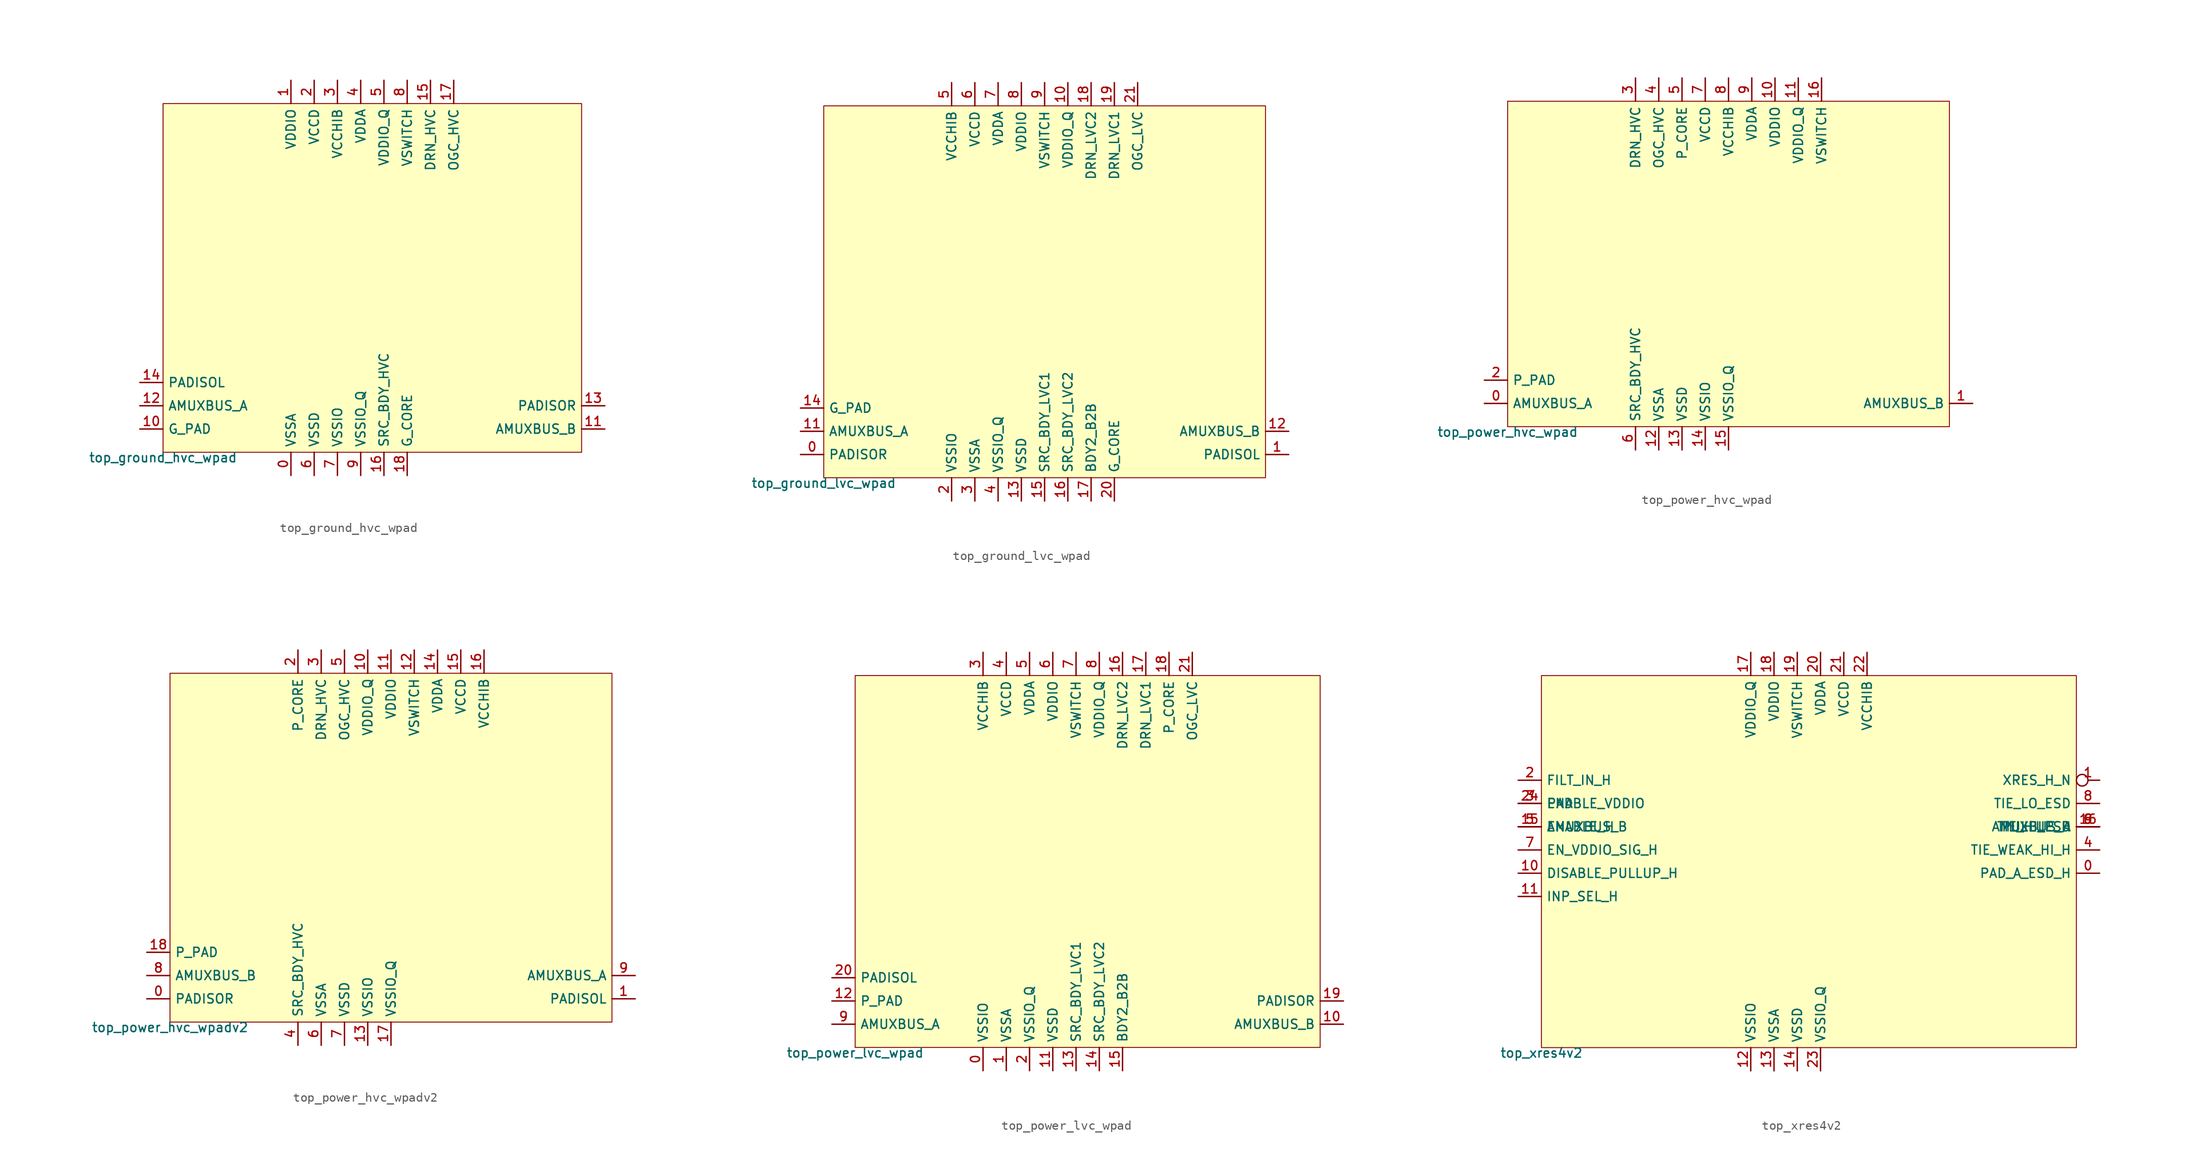
<source format=kicad_sym>
(kicad_symbol_lib
  (version 20211014)
  (generator pdk2kicad)
  (symbol "top_ground_hvc_wpad"
    (property "Reference" "X"
      (at 0 0 0)
      (effects (font (size 1 1)) hide))
    (property "Value" "top_ground_hvc_wpad"
      (at -22.86 -19.05 0)
      (effects (font (size 1 1)) (justify top)))
    (rectangle
      (start -22.86 -19.05)
      (end 22.86 19.05)
      (stroke (width 0.1) (type solid) (color 0 0 0 0))
      (fill (type background)))
    (pin power_in line
      (at -8.89 -21.59 90)
      (length 2.54)
      (name "VSSA" (effects (font (size 1 1)) hide))
      (number "0" (effects (font (size 1 1)) hide)))
    (pin power_in line
      (at -8.89 21.59 270)
      (length 2.54)
      (name "VDDIO" (effects (font (size 1 1)) hide))
      (number "1" (effects (font (size 1 1)) hide)))
    (pin power_in line
      (at -6.35 21.59 270)
      (length 2.54)
      (name "VCCD" (effects (font (size 1 1)) hide))
      (number "2" (effects (font (size 1 1)) hide)))
    (pin power_in line
      (at -3.81 21.59 270)
      (length 2.54)
      (name "VCCHIB" (effects (font (size 1 1)) hide))
      (number "3" (effects (font (size 1 1)) hide)))
    (pin power_in line
      (at -1.27 21.59 270)
      (length 2.54)
      (name "VDDA" (effects (font (size 1 1)) hide))
      (number "4" (effects (font (size 1 1)) hide)))
    (pin power_in line
      (at 1.27 21.59 270)
      (length 2.54)
      (name "VDDIO_Q" (effects (font (size 1 1)) hide))
      (number "5" (effects (font (size 1 1)) hide)))
    (pin power_in line
      (at -6.35 -21.59 90)
      (length 2.54)
      (name "VSSD" (effects (font (size 1 1)) hide))
      (number "6" (effects (font (size 1 1)) hide)))
    (pin power_in line
      (at -3.81 -21.59 90)
      (length 2.54)
      (name "VSSIO" (effects (font (size 1 1)) hide))
      (number "7" (effects (font (size 1 1)) hide)))
    (pin power_in line
      (at 3.81 21.59 270)
      (length 2.54)
      (name "VSWITCH" (effects (font (size 1 1)) hide))
      (number "8" (effects (font (size 1 1)) hide)))
    (pin power_in line
      (at -1.27 -21.59 90)
      (length 2.54)
      (name "VSSIO_Q" (effects (font (size 1 1)) hide))
      (number "9" (effects (font (size 1 1)) hide)))
    (pin bidirectional line
      (at -25.4 -16.51 0)
      (length 2.54)
      (name "G_PAD" (effects (font (size 1 1)) hide))
      (number "10" (effects (font (size 1 1)) hide)))
    (pin bidirectional line
      (at 25.4 -16.51 180)
      (length 2.54)
      (name "AMUXBUS_B" (effects (font (size 1 1)) hide))
      (number "11" (effects (font (size 1 1)) hide)))
    (pin bidirectional line
      (at -25.4 -13.97 0)
      (length 2.54)
      (name "AMUXBUS_A" (effects (font (size 1 1)) hide))
      (number "12" (effects (font (size 1 1)) hide)))
    (pin bidirectional line
      (at 25.4 -13.97 180)
      (length 2.54)
      (name "PADISOR" (effects (font (size 1 1)) hide))
      (number "13" (effects (font (size 1 1)) hide)))
    (pin bidirectional line
      (at -25.4 -11.43 0)
      (length 2.54)
      (name "PADISOL" (effects (font (size 1 1)) hide))
      (number "14" (effects (font (size 1 1)) hide)))
    (pin power_in line
      (at 6.35 21.59 270)
      (length 2.54)
      (name "DRN_HVC" (effects (font (size 1 1)) hide))
      (number "15" (effects (font (size 1 1)) hide)))
    (pin power_in line
      (at 1.27 -21.59 90)
      (length 2.54)
      (name "SRC_BDY_HVC" (effects (font (size 1 1)) hide))
      (number "16" (effects (font (size 1 1)) hide)))
    (pin power_in line
      (at 8.89 21.59 270)
      (length 2.54)
      (name "OGC_HVC" (effects (font (size 1 1)) hide))
      (number "17" (effects (font (size 1 1)) hide)))
    (pin power_in line
      (at 3.81 -21.59 90)
      (length 2.54)
      (name "G_CORE" (effects (font (size 1 1)) hide))
      (number "18" (effects (font (size 1 1)) hide))))
  (symbol "top_ground_lvc_wpad"
    (property "Reference" "X"
      (at 0 0 0)
      (effects (font (size 1 1)) hide))
    (property "Value" "top_ground_lvc_wpad"
      (at -24.13 -20.32 0)
      (effects (font (size 1 1)) (justify top)))
    (rectangle
      (start -24.13 -20.32)
      (end 24.13 20.32)
      (stroke (width 0.1) (type solid) (color 0 0 0 0))
      (fill (type background)))
    (pin bidirectional line
      (at -26.67 -17.78 0)
      (length 2.54)
      (name "PADISOR" (effects (font (size 1 1)) hide))
      (number "0" (effects (font (size 1 1)) hide)))
    (pin bidirectional line
      (at 26.67 -17.78 180)
      (length 2.54)
      (name "PADISOL" (effects (font (size 1 1)) hide))
      (number "1" (effects (font (size 1 1)) hide)))
    (pin power_in line
      (at -10.16 -22.86 90)
      (length 2.54)
      (name "VSSIO" (effects (font (size 1 1)) hide))
      (number "2" (effects (font (size 1 1)) hide)))
    (pin power_in line
      (at -7.62 -22.86 90)
      (length 2.54)
      (name "VSSA" (effects (font (size 1 1)) hide))
      (number "3" (effects (font (size 1 1)) hide)))
    (pin power_in line
      (at -5.08 -22.86 90)
      (length 2.54)
      (name "VSSIO_Q" (effects (font (size 1 1)) hide))
      (number "4" (effects (font (size 1 1)) hide)))
    (pin power_in line
      (at -10.16 22.86 270)
      (length 2.54)
      (name "VCCHIB" (effects (font (size 1 1)) hide))
      (number "5" (effects (font (size 1 1)) hide)))
    (pin power_in line
      (at -7.62 22.86 270)
      (length 2.54)
      (name "VCCD" (effects (font (size 1 1)) hide))
      (number "6" (effects (font (size 1 1)) hide)))
    (pin power_in line
      (at -5.08 22.86 270)
      (length 2.54)
      (name "VDDA" (effects (font (size 1 1)) hide))
      (number "7" (effects (font (size 1 1)) hide)))
    (pin power_in line
      (at -2.54 22.86 270)
      (length 2.54)
      (name "VDDIO" (effects (font (size 1 1)) hide))
      (number "8" (effects (font (size 1 1)) hide)))
    (pin power_in line
      (at 0.0 22.86 270)
      (length 2.54)
      (name "VSWITCH" (effects (font (size 1 1)) hide))
      (number "9" (effects (font (size 1 1)) hide)))
    (pin power_in line
      (at 2.54 22.86 270)
      (length 2.54)
      (name "VDDIO_Q" (effects (font (size 1 1)) hide))
      (number "10" (effects (font (size 1 1)) hide)))
    (pin bidirectional line
      (at -26.67 -15.24 0)
      (length 2.54)
      (name "AMUXBUS_A" (effects (font (size 1 1)) hide))
      (number "11" (effects (font (size 1 1)) hide)))
    (pin bidirectional line
      (at 26.67 -15.24 180)
      (length 2.54)
      (name "AMUXBUS_B" (effects (font (size 1 1)) hide))
      (number "12" (effects (font (size 1 1)) hide)))
    (pin power_in line
      (at -2.54 -22.86 90)
      (length 2.54)
      (name "VSSD" (effects (font (size 1 1)) hide))
      (number "13" (effects (font (size 1 1)) hide)))
    (pin bidirectional line
      (at -26.67 -12.7 0)
      (length 2.54)
      (name "G_PAD" (effects (font (size 1 1)) hide))
      (number "14" (effects (font (size 1 1)) hide)))
    (pin power_in line
      (at 0.0 -22.86 90)
      (length 2.54)
      (name "SRC_BDY_LVC1" (effects (font (size 1 1)) hide))
      (number "15" (effects (font (size 1 1)) hide)))
    (pin power_in line
      (at 2.54 -22.86 90)
      (length 2.54)
      (name "SRC_BDY_LVC2" (effects (font (size 1 1)) hide))
      (number "16" (effects (font (size 1 1)) hide)))
    (pin power_in line
      (at 5.08 -22.86 90)
      (length 2.54)
      (name "BDY2_B2B" (effects (font (size 1 1)) hide))
      (number "17" (effects (font (size 1 1)) hide)))
    (pin power_in line
      (at 5.08 22.86 270)
      (length 2.54)
      (name "DRN_LVC2" (effects (font (size 1 1)) hide))
      (number "18" (effects (font (size 1 1)) hide)))
    (pin power_in line
      (at 7.62 22.86 270)
      (length 2.54)
      (name "DRN_LVC1" (effects (font (size 1 1)) hide))
      (number "19" (effects (font (size 1 1)) hide)))
    (pin power_in line
      (at 7.62 -22.86 90)
      (length 2.54)
      (name "G_CORE" (effects (font (size 1 1)) hide))
      (number "20" (effects (font (size 1 1)) hide)))
    (pin power_in line
      (at 10.16 22.86 270)
      (length 2.54)
      (name "OGC_LVC" (effects (font (size 1 1)) hide))
      (number "21" (effects (font (size 1 1)) hide))))
  (symbol "top_power_hvc_wpad"
    (property "Reference" "X"
      (at 0 0 0)
      (effects (font (size 1 1)) hide))
    (property "Value" "top_power_hvc_wpad"
      (at -24.13 -17.78 0)
      (effects (font (size 1 1)) (justify top)))
    (rectangle
      (start -24.13 -17.78)
      (end 24.13 17.78)
      (stroke (width 0.1) (type solid) (color 0 0 0 0))
      (fill (type background)))
    (pin bidirectional line
      (at -26.67 -15.24 0)
      (length 2.54)
      (name "AMUXBUS_A" (effects (font (size 1 1)) hide))
      (number "0" (effects (font (size 1 1)) hide)))
    (pin bidirectional line
      (at 26.67 -15.24 180)
      (length 2.54)
      (name "AMUXBUS_B" (effects (font (size 1 1)) hide))
      (number "1" (effects (font (size 1 1)) hide)))
    (pin bidirectional line
      (at -26.67 -12.7 0)
      (length 2.54)
      (name "P_PAD" (effects (font (size 1 1)) hide))
      (number "2" (effects (font (size 1 1)) hide)))
    (pin power_in line
      (at -10.16 20.32 270)
      (length 2.54)
      (name "DRN_HVC" (effects (font (size 1 1)) hide))
      (number "3" (effects (font (size 1 1)) hide)))
    (pin power_in line
      (at -7.62 20.32 270)
      (length 2.54)
      (name "OGC_HVC" (effects (font (size 1 1)) hide))
      (number "4" (effects (font (size 1 1)) hide)))
    (pin power_in line
      (at -5.08 20.32 270)
      (length 2.54)
      (name "P_CORE" (effects (font (size 1 1)) hide))
      (number "5" (effects (font (size 1 1)) hide)))
    (pin power_in line
      (at -10.16 -20.32 90)
      (length 2.54)
      (name "SRC_BDY_HVC" (effects (font (size 1 1)) hide))
      (number "6" (effects (font (size 1 1)) hide)))
    (pin power_in line
      (at -2.54 20.32 270)
      (length 2.54)
      (name "VCCD" (effects (font (size 1 1)) hide))
      (number "7" (effects (font (size 1 1)) hide)))
    (pin power_in line
      (at 0.0 20.32 270)
      (length 2.54)
      (name "VCCHIB" (effects (font (size 1 1)) hide))
      (number "8" (effects (font (size 1 1)) hide)))
    (pin power_in line
      (at 2.54 20.32 270)
      (length 2.54)
      (name "VDDA" (effects (font (size 1 1)) hide))
      (number "9" (effects (font (size 1 1)) hide)))
    (pin power_in line
      (at 5.08 20.32 270)
      (length 2.54)
      (name "VDDIO" (effects (font (size 1 1)) hide))
      (number "10" (effects (font (size 1 1)) hide)))
    (pin power_in line
      (at 7.62 20.32 270)
      (length 2.54)
      (name "VDDIO_Q" (effects (font (size 1 1)) hide))
      (number "11" (effects (font (size 1 1)) hide)))
    (pin power_in line
      (at -7.62 -20.32 90)
      (length 2.54)
      (name "VSSA" (effects (font (size 1 1)) hide))
      (number "12" (effects (font (size 1 1)) hide)))
    (pin power_in line
      (at -5.08 -20.32 90)
      (length 2.54)
      (name "VSSD" (effects (font (size 1 1)) hide))
      (number "13" (effects (font (size 1 1)) hide)))
    (pin power_in line
      (at -2.54 -20.32 90)
      (length 2.54)
      (name "VSSIO" (effects (font (size 1 1)) hide))
      (number "14" (effects (font (size 1 1)) hide)))
    (pin power_in line
      (at 0.0 -20.32 90)
      (length 2.54)
      (name "VSSIO_Q" (effects (font (size 1 1)) hide))
      (number "15" (effects (font (size 1 1)) hide)))
    (pin power_in line
      (at 10.16 20.32 270)
      (length 2.54)
      (name "VSWITCH" (effects (font (size 1 1)) hide))
      (number "16" (effects (font (size 1 1)) hide))))
  (symbol "top_power_hvc_wpadv2"
    (property "Reference" "X"
      (at 0 0 0)
      (effects (font (size 1 1)) hide))
    (property "Value" "top_power_hvc_wpadv2"
      (at -24.13 -19.05 0)
      (effects (font (size 1 1)) (justify top)))
    (rectangle
      (start -24.13 -19.05)
      (end 24.13 19.05)
      (stroke (width 0.1) (type solid) (color 0 0 0 0))
      (fill (type background)))
    (pin bidirectional line
      (at -26.67 -16.51 0)
      (length 2.54)
      (name "PADISOR" (effects (font (size 1 1)) hide))
      (number "0" (effects (font (size 1 1)) hide)))
    (pin bidirectional line
      (at 26.67 -16.51 180)
      (length 2.54)
      (name "PADISOL" (effects (font (size 1 1)) hide))
      (number "1" (effects (font (size 1 1)) hide)))
    (pin power_in line
      (at -10.16 21.59 270)
      (length 2.54)
      (name "P_CORE" (effects (font (size 1 1)) hide))
      (number "2" (effects (font (size 1 1)) hide)))
    (pin power_in line
      (at -7.62 21.59 270)
      (length 2.54)
      (name "DRN_HVC" (effects (font (size 1 1)) hide))
      (number "3" (effects (font (size 1 1)) hide)))
    (pin power_in line
      (at -10.16 -21.59 90)
      (length 2.54)
      (name "SRC_BDY_HVC" (effects (font (size 1 1)) hide))
      (number "4" (effects (font (size 1 1)) hide)))
    (pin power_in line
      (at -5.08 21.59 270)
      (length 2.54)
      (name "OGC_HVC" (effects (font (size 1 1)) hide))
      (number "5" (effects (font (size 1 1)) hide)))
    (pin power_in line
      (at -7.62 -21.59 90)
      (length 2.54)
      (name "VSSA" (effects (font (size 1 1)) hide))
      (number "6" (effects (font (size 1 1)) hide)))
    (pin power_in line
      (at -5.08 -21.59 90)
      (length 2.54)
      (name "VSSD" (effects (font (size 1 1)) hide))
      (number "7" (effects (font (size 1 1)) hide)))
    (pin bidirectional line
      (at -26.67 -13.97 0)
      (length 2.54)
      (name "AMUXBUS_B" (effects (font (size 1 1)) hide))
      (number "8" (effects (font (size 1 1)) hide)))
    (pin bidirectional line
      (at 26.67 -13.97 180)
      (length 2.54)
      (name "AMUXBUS_A" (effects (font (size 1 1)) hide))
      (number "9" (effects (font (size 1 1)) hide)))
    (pin power_in line
      (at -2.54 21.59 270)
      (length 2.54)
      (name "VDDIO_Q" (effects (font (size 1 1)) hide))
      (number "10" (effects (font (size 1 1)) hide)))
    (pin power_in line
      (at 0.0 21.59 270)
      (length 2.54)
      (name "VDDIO" (effects (font (size 1 1)) hide))
      (number "11" (effects (font (size 1 1)) hide)))
    (pin power_in line
      (at 2.54 21.59 270)
      (length 2.54)
      (name "VSWITCH" (effects (font (size 1 1)) hide))
      (number "12" (effects (font (size 1 1)) hide)))
    (pin power_in line
      (at -2.54 -21.59 90)
      (length 2.54)
      (name "VSSIO" (effects (font (size 1 1)) hide))
      (number "13" (effects (font (size 1 1)) hide)))
    (pin power_in line
      (at 5.08 21.59 270)
      (length 2.54)
      (name "VDDA" (effects (font (size 1 1)) hide))
      (number "14" (effects (font (size 1 1)) hide)))
    (pin power_in line
      (at 7.62 21.59 270)
      (length 2.54)
      (name "VCCD" (effects (font (size 1 1)) hide))
      (number "15" (effects (font (size 1 1)) hide)))
    (pin power_in line
      (at 10.16 21.59 270)
      (length 2.54)
      (name "VCCHIB" (effects (font (size 1 1)) hide))
      (number "16" (effects (font (size 1 1)) hide)))
    (pin power_in line
      (at 0.0 -21.59 90)
      (length 2.54)
      (name "VSSIO_Q" (effects (font (size 1 1)) hide))
      (number "17" (effects (font (size 1 1)) hide)))
    (pin bidirectional line
      (at -26.67 -11.43 0)
      (length 2.54)
      (name "P_PAD" (effects (font (size 1 1)) hide))
      (number "18" (effects (font (size 1 1)) hide))))
  (symbol "top_power_lvc_wpad"
    (property "Reference" "X"
      (at 0 0 0)
      (effects (font (size 1 1)) hide))
    (property "Value" "top_power_lvc_wpad"
      (at -25.4 -20.32 0)
      (effects (font (size 1 1)) (justify top)))
    (rectangle
      (start -25.4 -20.32)
      (end 25.4 20.32)
      (stroke (width 0.1) (type solid) (color 0 0 0 0))
      (fill (type background)))
    (pin power_in line
      (at -11.43 -22.86 90)
      (length 2.54)
      (name "VSSIO" (effects (font (size 1 1)) hide))
      (number "0" (effects (font (size 1 1)) hide)))
    (pin power_in line
      (at -8.89 -22.86 90)
      (length 2.54)
      (name "VSSA" (effects (font (size 1 1)) hide))
      (number "1" (effects (font (size 1 1)) hide)))
    (pin power_in line
      (at -6.35 -22.86 90)
      (length 2.54)
      (name "VSSIO_Q" (effects (font (size 1 1)) hide))
      (number "2" (effects (font (size 1 1)) hide)))
    (pin power_in line
      (at -11.43 22.86 270)
      (length 2.54)
      (name "VCCHIB" (effects (font (size 1 1)) hide))
      (number "3" (effects (font (size 1 1)) hide)))
    (pin power_in line
      (at -8.89 22.86 270)
      (length 2.54)
      (name "VCCD" (effects (font (size 1 1)) hide))
      (number "4" (effects (font (size 1 1)) hide)))
    (pin power_in line
      (at -6.35 22.86 270)
      (length 2.54)
      (name "VDDA" (effects (font (size 1 1)) hide))
      (number "5" (effects (font (size 1 1)) hide)))
    (pin power_in line
      (at -3.81 22.86 270)
      (length 2.54)
      (name "VDDIO" (effects (font (size 1 1)) hide))
      (number "6" (effects (font (size 1 1)) hide)))
    (pin power_in line
      (at -1.27 22.86 270)
      (length 2.54)
      (name "VSWITCH" (effects (font (size 1 1)) hide))
      (number "7" (effects (font (size 1 1)) hide)))
    (pin power_in line
      (at 1.27 22.86 270)
      (length 2.54)
      (name "VDDIO_Q" (effects (font (size 1 1)) hide))
      (number "8" (effects (font (size 1 1)) hide)))
    (pin bidirectional line
      (at -27.94 -17.78 0)
      (length 2.54)
      (name "AMUXBUS_A" (effects (font (size 1 1)) hide))
      (number "9" (effects (font (size 1 1)) hide)))
    (pin bidirectional line
      (at 27.94 -17.78 180)
      (length 2.54)
      (name "AMUXBUS_B" (effects (font (size 1 1)) hide))
      (number "10" (effects (font (size 1 1)) hide)))
    (pin power_in line
      (at -3.81 -22.86 90)
      (length 2.54)
      (name "VSSD" (effects (font (size 1 1)) hide))
      (number "11" (effects (font (size 1 1)) hide)))
    (pin bidirectional line
      (at -27.94 -15.24 0)
      (length 2.54)
      (name "P_PAD" (effects (font (size 1 1)) hide))
      (number "12" (effects (font (size 1 1)) hide)))
    (pin power_in line
      (at -1.27 -22.86 90)
      (length 2.54)
      (name "SRC_BDY_LVC1" (effects (font (size 1 1)) hide))
      (number "13" (effects (font (size 1 1)) hide)))
    (pin power_in line
      (at 1.27 -22.86 90)
      (length 2.54)
      (name "SRC_BDY_LVC2" (effects (font (size 1 1)) hide))
      (number "14" (effects (font (size 1 1)) hide)))
    (pin power_in line
      (at 3.81 -22.86 90)
      (length 2.54)
      (name "BDY2_B2B" (effects (font (size 1 1)) hide))
      (number "15" (effects (font (size 1 1)) hide)))
    (pin power_in line
      (at 3.81 22.86 270)
      (length 2.54)
      (name "DRN_LVC2" (effects (font (size 1 1)) hide))
      (number "16" (effects (font (size 1 1)) hide)))
    (pin power_in line
      (at 6.35 22.86 270)
      (length 2.54)
      (name "DRN_LVC1" (effects (font (size 1 1)) hide))
      (number "17" (effects (font (size 1 1)) hide)))
    (pin power_in line
      (at 8.89 22.86 270)
      (length 2.54)
      (name "P_CORE" (effects (font (size 1 1)) hide))
      (number "18" (effects (font (size 1 1)) hide)))
    (pin bidirectional line
      (at 27.94 -15.24 180)
      (length 2.54)
      (name "PADISOR" (effects (font (size 1 1)) hide))
      (number "19" (effects (font (size 1 1)) hide)))
    (pin bidirectional line
      (at -27.94 -12.7 0)
      (length 2.54)
      (name "PADISOL" (effects (font (size 1 1)) hide))
      (number "20" (effects (font (size 1 1)) hide)))
    (pin power_in line
      (at 11.43 22.86 270)
      (length 2.54)
      (name "OGC_LVC" (effects (font (size 1 1)) hide))
      (number "21" (effects (font (size 1 1)) hide))))
  (symbol "top_xres4v2"
    (property "Reference" "X"
      (at 0 0 0)
      (effects (font (size 1 1)) hide))
    (property "Value" "top_xres4v2"
      (at -29.21 -20.32 0)
      (effects (font (size 1 1)) (justify top)))
    (rectangle
      (start -29.21 -20.32)
      (end 29.21 20.32)
      (stroke (width 0.1) (type solid) (color 0 0 0 0))
      (fill (type background)))
    (pin bidirectional line
      (at 31.75 -1.27 180)
      (length 2.54)
      (name "PAD_A_ESD_H" (effects (font (size 1 1)) hide))
      (number "0" (effects (font (size 1 1)) hide)))
    (pin output inverted
      (at 31.75 8.89 180)
      (length 2.54)
      (name "XRES_H_N" (effects (font (size 1 1)) hide))
      (number "1" (effects (font (size 1 1)) hide)))
    (pin input line
      (at -31.75 8.89 0)
      (length 2.54)
      (name "FILT_IN_H" (effects (font (size 1 1)) hide))
      (number "2" (effects (font (size 1 1)) hide)))
    (pin input line
      (at -31.75 6.35 0)
      (length 2.54)
      (name "ENABLE_VDDIO" (effects (font (size 1 1)) hide))
      (number "3" (effects (font (size 1 1)) hide)))
    (pin bidirectional line
      (at 31.75 1.27 180)
      (length 2.54)
      (name "TIE_WEAK_HI_H" (effects (font (size 1 1)) hide))
      (number "4" (effects (font (size 1 1)) hide)))
    (pin input line
      (at -31.75 3.81 0)
      (length 2.54)
      (name "ENABLE_H" (effects (font (size 1 1)) hide))
      (number "5" (effects (font (size 1 1)) hide)))
    (pin bidirectional line
      (at 31.75 3.81 180)
      (length 2.54)
      (name "PULLUP_H" (effects (font (size 1 1)) hide))
      (number "6" (effects (font (size 1 1)) hide)))
    (pin input line
      (at -31.75 1.27 0)
      (length 2.54)
      (name "EN_VDDIO_SIG_H" (effects (font (size 1 1)) hide))
      (number "7" (effects (font (size 1 1)) hide)))
    (pin output line
      (at 31.75 6.35 180)
      (length 2.54)
      (name "TIE_LO_ESD" (effects (font (size 1 1)) hide))
      (number "8" (effects (font (size 1 1)) hide)))
    (pin output line
      (at 31.75 3.81 180)
      (length 2.54)
      (name "TIE_HI_ESD" (effects (font (size 1 1)) hide))
      (number "9" (effects (font (size 1 1)) hide)))
    (pin input line
      (at -31.75 -1.27 0)
      (length 2.54)
      (name "DISABLE_PULLUP_H" (effects (font (size 1 1)) hide))
      (number "10" (effects (font (size 1 1)) hide)))
    (pin input line
      (at -31.75 -3.81 0)
      (length 2.54)
      (name "INP_SEL_H" (effects (font (size 1 1)) hide))
      (number "11" (effects (font (size 1 1)) hide)))
    (pin power_in line
      (at -6.35 -22.86 90)
      (length 2.54)
      (name "VSSIO" (effects (font (size 1 1)) hide))
      (number "12" (effects (font (size 1 1)) hide)))
    (pin power_in line
      (at -3.81 -22.86 90)
      (length 2.54)
      (name "VSSA" (effects (font (size 1 1)) hide))
      (number "13" (effects (font (size 1 1)) hide)))
    (pin power_in line
      (at -1.27 -22.86 90)
      (length 2.54)
      (name "VSSD" (effects (font (size 1 1)) hide))
      (number "14" (effects (font (size 1 1)) hide)))
    (pin bidirectional line
      (at -31.75 3.81 0)
      (length 2.54)
      (name "AMUXBUS_B" (effects (font (size 1 1)) hide))
      (number "15" (effects (font (size 1 1)) hide)))
    (pin bidirectional line
      (at 31.75 3.81 180)
      (length 2.54)
      (name "AMUXBUS_A" (effects (font (size 1 1)) hide))
      (number "16" (effects (font (size 1 1)) hide)))
    (pin power_in line
      (at -6.35 22.86 270)
      (length 2.54)
      (name "VDDIO_Q" (effects (font (size 1 1)) hide))
      (number "17" (effects (font (size 1 1)) hide)))
    (pin power_in line
      (at -3.81 22.86 270)
      (length 2.54)
      (name "VDDIO" (effects (font (size 1 1)) hide))
      (number "18" (effects (font (size 1 1)) hide)))
    (pin power_in line
      (at -1.27 22.86 270)
      (length 2.54)
      (name "VSWITCH" (effects (font (size 1 1)) hide))
      (number "19" (effects (font (size 1 1)) hide)))
    (pin power_in line
      (at 1.27 22.86 270)
      (length 2.54)
      (name "VDDA" (effects (font (size 1 1)) hide))
      (number "20" (effects (font (size 1 1)) hide)))
    (pin power_in line
      (at 3.81 22.86 270)
      (length 2.54)
      (name "VCCD" (effects (font (size 1 1)) hide))
      (number "21" (effects (font (size 1 1)) hide)))
    (pin power_in line
      (at 6.35 22.86 270)
      (length 2.54)
      (name "VCCHIB" (effects (font (size 1 1)) hide))
      (number "22" (effects (font (size 1 1)) hide)))
    (pin power_in line
      (at 1.27 -22.86 90)
      (length 2.54)
      (name "VSSIO_Q" (effects (font (size 1 1)) hide))
      (number "23" (effects (font (size 1 1)) hide)))
    (pin bidirectional line
      (at -31.75 6.35 0)
      (length 2.54)
      (name "PAD" (effects (font (size 1 1)) hide))
      (number "24" (effects (font (size 1 1)) hide)))))
</source>
